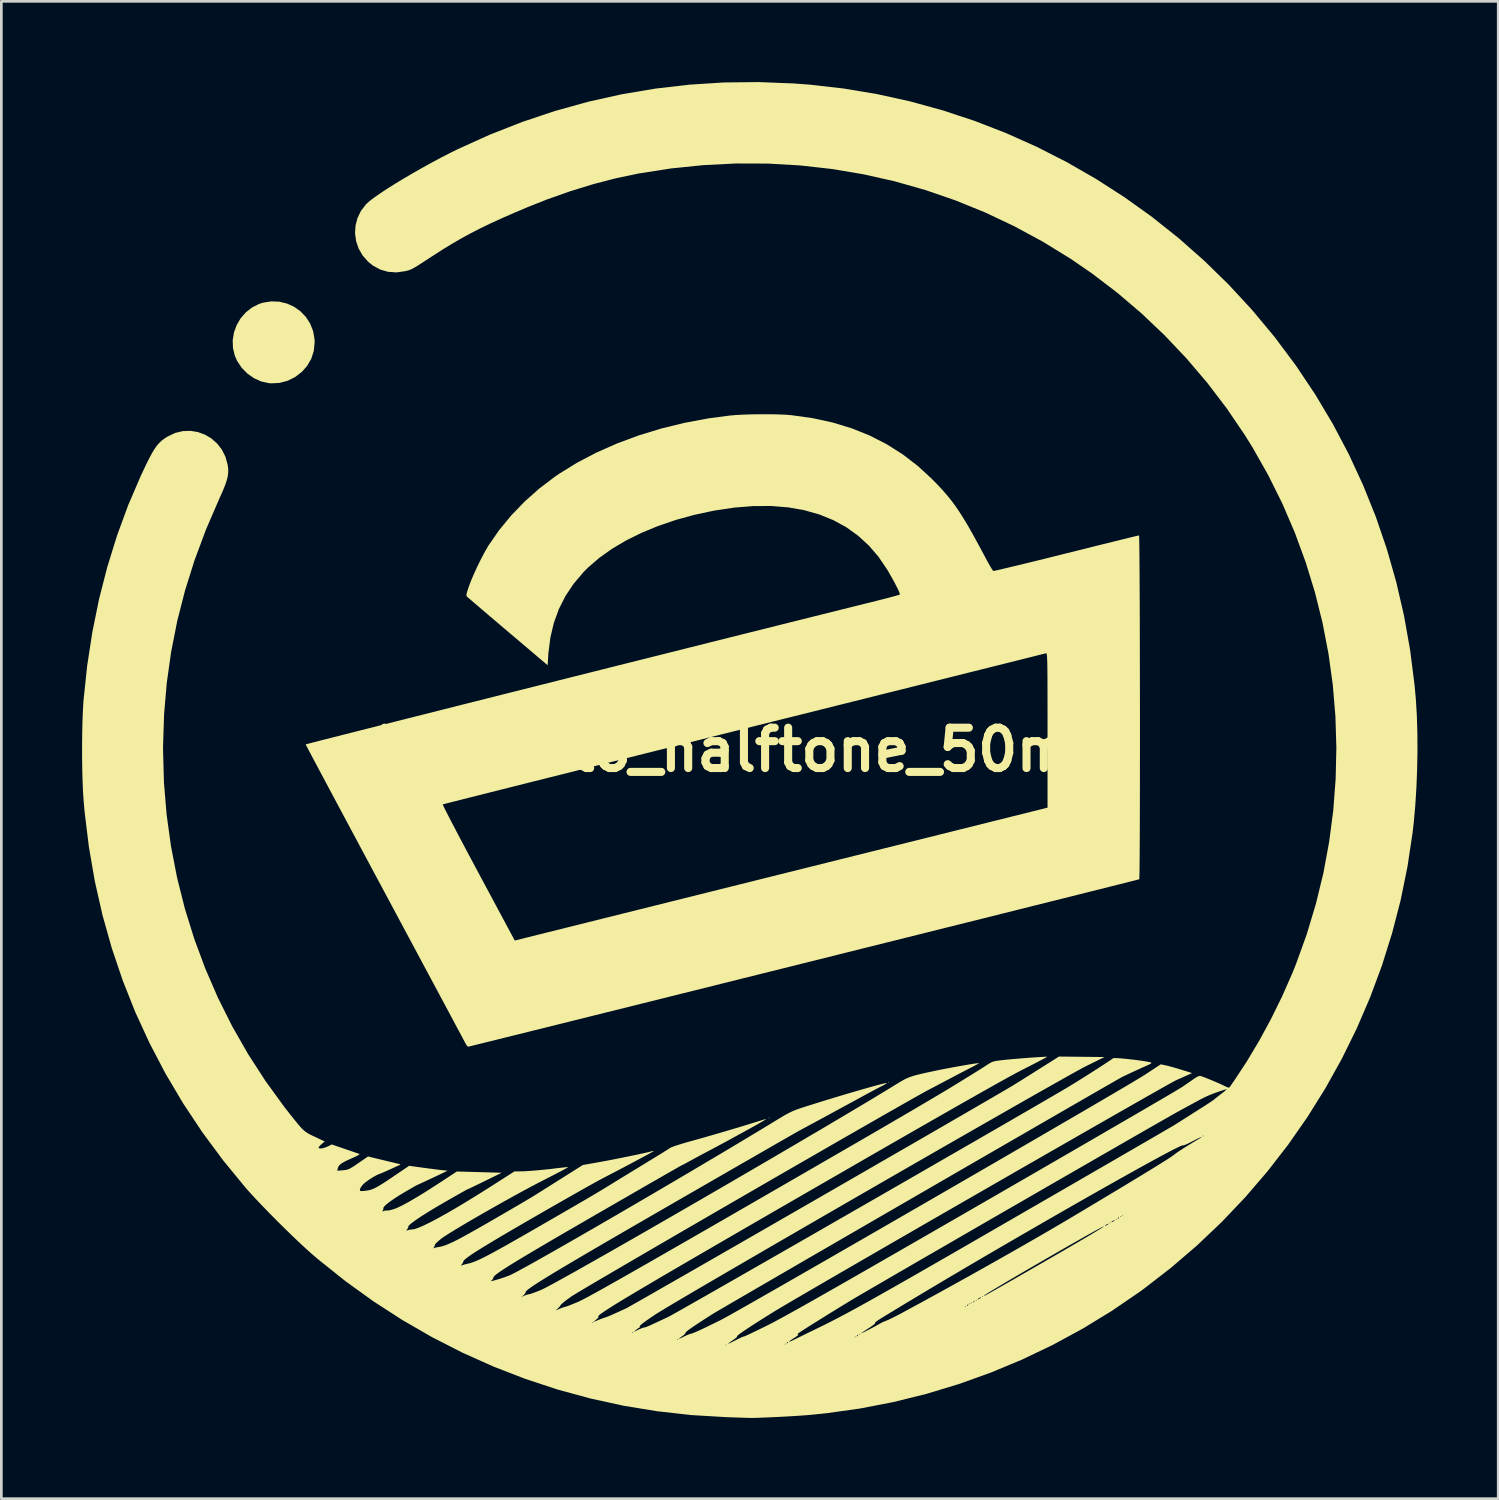
<source format=kicad_pcb>
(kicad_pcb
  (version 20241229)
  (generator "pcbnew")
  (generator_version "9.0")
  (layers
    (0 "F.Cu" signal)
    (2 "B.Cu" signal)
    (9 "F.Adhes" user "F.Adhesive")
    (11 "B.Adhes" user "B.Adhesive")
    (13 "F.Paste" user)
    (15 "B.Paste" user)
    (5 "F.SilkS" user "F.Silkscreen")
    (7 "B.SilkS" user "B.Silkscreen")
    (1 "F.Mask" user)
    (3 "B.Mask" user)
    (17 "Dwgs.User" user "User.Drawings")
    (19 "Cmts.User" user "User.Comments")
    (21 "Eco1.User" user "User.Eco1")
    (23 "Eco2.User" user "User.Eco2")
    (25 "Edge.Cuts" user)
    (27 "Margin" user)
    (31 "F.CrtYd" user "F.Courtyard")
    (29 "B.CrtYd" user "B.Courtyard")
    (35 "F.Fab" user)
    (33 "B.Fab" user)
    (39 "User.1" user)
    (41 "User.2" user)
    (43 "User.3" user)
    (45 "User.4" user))
  (footprint "HL_picto_halftone_50mm"
    (layer "F.Cu")
    (at 24.809 24.812)
    (property "Reference" "HL_picto_halftone_50mm" (at 0 0 0) (layer "F.SilkS") (effects (font (size 1.5 1.5) (thickness 0.3))))
    (attr board_only exclude_from_pos_files exclude_from_bom)
    (fp_poly (pts (xy 0.733 13.683) (xy 0.717 13.7) (xy 0.7 13.683) (xy 0.717 13.667)) (stroke (width 0) (type solid)) (fill yes) (layer "F.SilkS"))
    (fp_poly (pts (xy 5.167 12.35) (xy 5.15 12.367) (xy 5.133 12.35) (xy 5.15 12.333)) (stroke (width 0) (type solid)) (fill yes) (layer "F.SilkS"))
    (fp_poly (pts (xy -17.477 -16.651) (xy -17.192 -16.581) (xy -16.929 -16.461) (xy -16.695 -16.295) (xy -16.495 -16.087) (xy -16.337 -15.844) (xy -16.227 -15.569) (xy -16.172 -15.269) (xy -16.167 -15.14) (xy -16.198 -14.824) (xy -16.292 -14.531) (xy -16.447 -14.264) (xy -16.641 -14.045) (xy -16.892 -13.851) (xy -17.171 -13.713) (xy -17.47 -13.634) (xy -17.778 -13.617) (xy -17.867 -13.624) (xy -18.152 -13.687) (xy -18.422 -13.809) (xy -18.668 -13.982) (xy -18.879 -14.197) (xy -19.046 -14.447) (xy -19.131 -14.637) (xy -19.202 -14.928) (xy -19.212 -15.221) (xy -19.165 -15.508) (xy -19.065 -15.782) (xy -18.918 -16.033) (xy -18.727 -16.253) (xy -18.497 -16.434) (xy -18.233 -16.568) (xy -18.085 -16.615) (xy -17.776 -16.663)) (stroke (width 0) (type solid)) (fill yes) (layer "F.SilkS"))
    (fp_poly (pts (xy 0.739 -12.469) (xy 1.047 -12.463) (xy 1.321 -12.452) (xy 1.545 -12.435) (xy 1.55 -12.434) (xy 2.337 -12.324) (xy 3.084 -12.161) (xy 3.791 -11.946) (xy 4.46 -11.677) (xy 5.093 -11.353) (xy 5.69 -10.975) (xy 6.253 -10.541) (xy 6.751 -10.083) (xy 6.959 -9.873) (xy 7.146 -9.673) (xy 7.318 -9.477) (xy 7.48 -9.278) (xy 7.637 -9.068) (xy 7.792 -8.841) (xy 7.952 -8.589) (xy 8.121 -8.306) (xy 8.303 -7.985) (xy 8.504 -7.618) (xy 8.728 -7.199) (xy 8.751 -7.155) (xy 8.841 -6.99) (xy 8.921 -6.846) (xy 8.988 -6.734) (xy 9.034 -6.664) (xy 9.051 -6.645) (xy 9.089 -6.651) (xy 9.186 -6.671) (xy 9.338 -6.706) (xy 9.54 -6.754) (xy 9.788 -6.813) (xy 10.076 -6.882) (xy 10.399 -6.961) (xy 10.753 -7.048) (xy 11.133 -7.142) (xy 11.534 -7.242) (xy 11.761 -7.299) (xy 12.171 -7.401) (xy 12.563 -7.499) (xy 12.932 -7.591) (xy 13.272 -7.675) (xy 13.58 -7.751) (xy 13.85 -7.818) (xy 14.077 -7.874) (xy 14.256 -7.917) (xy 14.384 -7.948) (xy 14.454 -7.964) (xy 14.466 -7.967) (xy 14.47 -7.934) (xy 14.473 -7.839) (xy 14.476 -7.684) (xy 14.479 -7.475) (xy 14.482 -7.215) (xy 14.484 -6.908) (xy 14.487 -6.558) (xy 14.489 -6.169) (xy 14.491 -5.744) (xy 14.493 -5.289) (xy 14.495 -4.806) (xy 14.496 -4.299) (xy 14.497 -3.773) (xy 14.498 -3.231) (xy 14.499 -2.678) (xy 14.5 -2.117) (xy 14.501 -1.553) (xy 14.501 -0.988) (xy 14.501 -0.428) (xy 14.501 0.124) (xy 14.5 0.665) (xy 14.5 1.189) (xy 14.499 1.694) (xy 14.498 2.174) (xy 14.497 2.628) (xy 14.495 3.049) (xy 14.493 3.435) (xy 14.491 3.782) (xy 14.489 4.085) (xy 14.487 4.34) (xy 14.484 4.545) (xy 14.481 4.694) (xy 14.478 4.784) (xy 14.475 4.811) (xy 14.441 4.82) (xy 14.345 4.845) (xy 14.19 4.884) (xy 13.978 4.938) (xy 13.712 5.005) (xy 13.395 5.084) (xy 13.03 5.176) (xy 12.618 5.279) (xy 12.164 5.393) (xy 11.669 5.517) (xy 11.137 5.65) (xy 10.569 5.792) (xy 9.969 5.942) (xy 9.339 6.1) (xy 8.683 6.264) (xy 8.002 6.434) (xy 7.299 6.609) (xy 6.578 6.789) (xy 5.841 6.974) (xy 5.09 7.161) (xy 4.328 7.351) (xy 3.558 7.543) (xy 2.783 7.737) (xy 2.005 7.931) (xy 1.227 8.125) (xy 0.452 8.318) (xy -0.318 8.51) (xy -1.079 8.7) (xy -1.83 8.888) (xy -2.568 9.071) (xy -3.289 9.251) (xy -3.991 9.426) (xy -4.672 9.596) (xy -5.329 9.759) (xy -5.958 9.916) (xy -6.558 10.065) (xy -7.126 10.207) (xy -7.658 10.339) (xy -8.153 10.462) (xy -8.607 10.575) (xy -9.019 10.677) (xy -9.384 10.768) (xy -9.701 10.846) (xy -9.967 10.912) (xy -10.178 10.964) (xy -10.334 11.002) (xy -10.429 11.026) (xy -10.463 11.033) (xy -10.499 11.006) (xy -10.546 10.938) (xy -10.563 10.908) (xy -10.585 10.866) (xy -10.637 10.769) (xy -10.717 10.618) (xy -10.824 10.418) (xy -10.957 10.171) (xy -11.112 9.879) (xy -11.29 9.547) (xy -11.488 9.177) (xy -11.705 8.772) (xy -11.939 8.335) (xy -12.189 7.869) (xy -12.453 7.376) (xy -12.729 6.861) (xy -13.016 6.325) (xy -13.312 5.772) (xy -13.563 5.303) (xy -13.865 4.74) (xy -14.158 4.192) (xy -14.441 3.664) (xy -14.713 3.156) (xy -14.971 2.673) (xy -15.214 2.218) (xy -15.315 2.03) (xy -11.407 2.03) (xy -11.395 2.062) (xy -11.354 2.148) (xy -11.286 2.284) (xy -11.192 2.467) (xy -11.077 2.69) (xy -10.94 2.951) (xy -10.786 3.245) (xy -10.615 3.568) (xy -10.431 3.915) (xy -10.235 4.282) (xy -10.081 4.57) (xy -8.731 7.088) (xy 1.168 4.619) (xy 11.067 2.15) (xy 11.067 -0.727) (xy 11.067 -1.232) (xy 11.066 -1.674) (xy 11.066 -2.057) (xy 11.065 -2.386) (xy 11.064 -2.665) (xy 11.062 -2.898) (xy 11.06 -3.088) (xy 11.057 -3.24) (xy 11.053 -3.359) (xy 11.049 -3.448) (xy 11.043 -3.511) (xy 11.037 -3.552) (xy 11.029 -3.576) (xy 11.021 -3.586) (xy 11.011 -3.587) (xy 11.008 -3.587) (xy 10.972 -3.578) (xy 10.873 -3.553) (xy 10.714 -3.513) (xy 10.498 -3.458) (xy 10.226 -3.39) (xy 9.902 -3.309) (xy 9.527 -3.215) (xy 9.103 -3.109) (xy 8.634 -2.992) (xy 8.121 -2.864) (xy 7.567 -2.725) (xy 6.974 -2.577) (xy 6.344 -2.419) (xy 5.68 -2.253) (xy 4.985 -2.08) (xy 4.26 -1.898) (xy 3.507 -1.71) (xy 2.73 -1.516) (xy 1.931 -1.316) (xy 1.111 -1.112) (xy 0.274 -0.903) (xy -0.217 -0.78) (xy -1.063 -0.569) (xy -1.892 -0.361) (xy -2.703 -0.159) (xy -3.492 0.039) (xy -4.258 0.231) (xy -4.998 0.416) (xy -5.709 0.594) (xy -6.39 0.765) (xy -7.038 0.927) (xy -7.651 1.081) (xy -8.226 1.225) (xy -8.762 1.36) (xy -9.254 1.484) (xy -9.703 1.597) (xy -10.104 1.698) (xy -10.456 1.787) (xy -10.757 1.863) (xy -11.003 1.925) (xy -11.193 1.974) (xy -11.325 2.008) (xy -11.395 2.026) (xy -11.407 2.03) (xy -15.315 2.03) (xy -15.442 1.792) (xy -15.651 1.4) (xy -15.841 1.044) (xy -16.01 0.726) (xy -16.157 0.451) (xy -16.28 0.22) (xy -16.377 0.036) (xy -16.447 -0.097) (xy -16.488 -0.176) (xy -16.5 -0.2) (xy -16.468 -0.209) (xy -16.374 -0.234) (xy -16.222 -0.274) (xy -16.013 -0.328) (xy -15.751 -0.395) (xy -15.438 -0.474) (xy -15.077 -0.566) (xy -14.672 -0.669) (xy -14.225 -0.782) (xy -13.738 -0.905) (xy -13.215 -1.037) (xy -12.659 -1.178) (xy -12.071 -1.326) (xy -11.456 -1.481) (xy -10.816 -1.643) (xy -10.154 -1.809) (xy -9.472 -1.981) (xy -8.773 -2.157) (xy -8.061 -2.336) (xy -7.338 -2.518) (xy -6.607 -2.702) (xy -5.87 -2.887) (xy -5.132 -3.073) (xy -4.393 -3.258) (xy -3.658 -3.442) (xy -2.929 -3.625) (xy -2.208 -3.806) (xy -1.5 -3.984) (xy -0.806 -4.158) (xy -0.129 -4.327) (xy 0.528 -4.491) (xy 1.161 -4.65) (xy 1.769 -4.802) (xy 2.347 -4.946) (xy 2.895 -5.083) (xy 3.408 -5.211) (xy 3.884 -5.329) (xy 4.32 -5.438) (xy 4.517 -5.486) (xy 4.77 -5.55) (xy 5.002 -5.609) (xy 5.206 -5.662) (xy 5.373 -5.707) (xy 5.495 -5.741) (xy 5.566 -5.763) (xy 5.579 -5.768) (xy 5.575 -5.807) (xy 5.541 -5.895) (xy 5.48 -6.024) (xy 5.397 -6.186) (xy 5.295 -6.372) (xy 5.179 -6.576) (xy 5.106 -6.7) (xy 4.788 -7.17) (xy 4.428 -7.589) (xy 4.027 -7.956) (xy 3.586 -8.272) (xy 3.105 -8.535) (xy 2.586 -8.745) (xy 2.028 -8.903) (xy 1.433 -9.008) (xy 0.802 -9.059) (xy 0.134 -9.057) (xy -0.568 -9.001) (xy -1.304 -8.891) (xy -1.336 -8.885) (xy -2.057 -8.731) (xy -2.747 -8.541) (xy -3.403 -8.317) (xy -4.021 -8.062) (xy -4.595 -7.778) (xy -5.121 -7.466) (xy -5.594 -7.129) (xy -6.01 -6.77) (xy -6.178 -6.6) (xy -6.543 -6.17) (xy -6.846 -5.715) (xy -7.091 -5.232) (xy -7.277 -4.719) (xy -7.407 -4.174) (xy -7.48 -3.593) (xy -7.486 -3.513) (xy -7.509 -3.142) (xy -8.963 -4.375) (xy -9.232 -4.603) (xy -9.487 -4.82) (xy -9.724 -5.021) (xy -9.937 -5.203) (xy -10.122 -5.361) (xy -10.274 -5.491) (xy -10.388 -5.589) (xy -10.46 -5.651) (xy -10.483 -5.671) (xy -10.512 -5.701) (xy -10.526 -5.733) (xy -10.525 -5.78) (xy -10.506 -5.856) (xy -10.468 -5.973) (xy -10.438 -6.062) (xy -10.356 -6.282) (xy -10.246 -6.54) (xy -10.119 -6.817) (xy -9.982 -7.093) (xy -9.846 -7.351) (xy -9.719 -7.571) (xy -9.7 -7.6) (xy -9.31 -8.164) (xy -8.862 -8.708) (xy -8.363 -9.225) (xy -7.82 -9.708) (xy -7.241 -10.148) (xy -7.083 -10.256) (xy -6.414 -10.669) (xy -5.693 -11.046) (xy -4.927 -11.384) (xy -4.122 -11.683) (xy -3.285 -11.939) (xy -2.421 -12.15) (xy -1.537 -12.315) (xy -0.75 -12.419) (xy -0.512 -12.44) (xy -0.229 -12.455) (xy 0.085 -12.465) (xy 0.413 -12.469)) (stroke (width 0) (type solid)) (fill yes) (layer "F.SilkS"))
    (fp_poly (pts (xy 1.633 -24.761) (xy 2.233 -24.716) (xy 3.491 -24.573) (xy 4.735 -24.365) (xy 5.963 -24.094) (xy 7.173 -23.761) (xy 8.364 -23.367) (xy 9.532 -22.914) (xy 10.675 -22.402) (xy 11.791 -21.833) (xy 12.877 -21.208) (xy 13.933 -20.529) (xy 14.954 -19.797) (xy 15.94 -19.012) (xy 16.887 -18.176) (xy 17.793 -17.291) (xy 18.657 -16.357) (xy 19.475 -15.376) (xy 19.531 -15.305) (xy 20.303 -14.27) (xy 21.015 -13.204) (xy 21.668 -12.109) (xy 22.261 -10.985) (xy 22.794 -9.834) (xy 23.267 -8.656) (xy 23.678 -7.452) (xy 24.028 -6.224) (xy 24.316 -4.973) (xy 24.542 -3.699) (xy 24.705 -2.405) (xy 24.754 -1.867) (xy 24.79 -1.276) (xy 24.81 -0.637) (xy 24.814 0.035) (xy 24.801 0.722) (xy 24.774 1.411) (xy 24.731 2.084) (xy 24.673 2.725) (xy 24.632 3.083) (xy 24.442 4.343) (xy 24.189 5.586) (xy 23.872 6.81) (xy 23.495 8.013) (xy 23.057 9.192) (xy 22.561 10.346) (xy 22.007 11.473) (xy 21.397 12.57) (xy 20.732 13.636) (xy 20.013 14.668) (xy 19.241 15.664) (xy 18.419 16.622) (xy 17.545 17.541) (xy 16.624 18.417) (xy 15.654 19.249) (xy 14.638 20.035) (xy 14.5 20.136) (xy 13.457 20.849) (xy 12.378 21.508) (xy 11.267 22.111) (xy 10.127 22.656) (xy 8.961 23.142) (xy 7.771 23.569) (xy 6.563 23.935) (xy 5.338 24.238) (xy 4.1 24.478) (xy 2.852 24.653) (xy 2.233 24.716) (xy 2.035 24.732) (xy 1.801 24.748) (xy 1.541 24.764) (xy 1.268 24.78) (xy 0.992 24.794) (xy 0.725 24.806) (xy 0.479 24.816) (xy 0.264 24.824) (xy 0.091 24.828) (xy -0.026 24.827) (xy -0.033 24.827) (xy -0.112 24.824) (xy -0.245 24.82) (xy -0.419 24.814) (xy -0.621 24.807) (xy -0.839 24.8) (xy -0.883 24.798) (xy -2.161 24.722) (xy -3.427 24.581) (xy -4.679 24.376) (xy -5.916 24.106) (xy -7.135 23.774) (xy -8.334 23.379) (xy -9.513 22.923) (xy -10.668 22.406) (xy -11.235 22.117) (xy -0.9 22.117) (xy -0.883 22.133) (xy -0.867 22.117) (xy -0.883 22.1) (xy -0.9 22.117) (xy -11.235 22.117) (xy -11.3 22.083) (xy 1.3 22.083) (xy 1.317 22.1) (xy 1.333 22.083) (xy 1.317 22.067) (xy 1.3 22.083) (xy -11.3 22.083) (xy -11.627 21.917) (xy -2.7 21.917) (xy -2.683 21.933) (xy -2.667 21.917) (xy -2.683 21.9) (xy -2.7 21.917) (xy -11.627 21.917) (xy -11.799 21.829) (xy -12.109 21.65) (xy -4.367 21.65) (xy -4.35 21.667) (xy -4.333 21.65) (xy -4.35 21.633) (xy -4.367 21.65) (xy -12.109 21.65) (xy -12.745 21.283) (xy -5.867 21.283) (xy -5.85 21.3) (xy -5.833 21.283) (xy -5.85 21.267) (xy -5.867 21.283) (xy -12.745 21.283) (xy -12.903 21.192) (xy -13.979 20.497) (xy -15.024 19.744) (xy -16.037 18.934) (xy -16.267 18.738) (xy -16.479 18.549) (xy -16.726 18.32) (xy -16.998 18.061) (xy -17.286 17.781) (xy -17.579 17.49) (xy -17.867 17.198) (xy -18.142 16.914) (xy -18.394 16.648) (xy -18.612 16.41) (xy -18.738 16.267) (xy -19.571 15.252) (xy -20.343 14.208) (xy -21.056 13.135) (xy -21.708 12.034) (xy -22.299 10.906) (xy -22.83 9.752) (xy -23.299 8.572) (xy -23.706 7.367) (xy -24.052 6.137) (xy -24.336 4.884) (xy -24.556 3.608) (xy -24.715 2.309) (xy -24.754 1.867) (xy -24.775 1.541) (xy -24.791 1.163) (xy -24.802 0.749) (xy -24.808 0.311) (xy -24.809 -0.135) (xy -24.805 -0.577) (xy -24.796 -1) (xy -24.782 -1.39) (xy -24.763 -1.733) (xy -24.754 -1.85) (xy -24.62 -3.121) (xy -24.428 -4.37) (xy -24.179 -5.596) (xy -23.872 -6.794) (xy -23.51 -7.961) (xy -23.093 -9.096) (xy -22.621 -10.194) (xy -22.588 -10.263) (xy -22.446 -10.564) (xy -22.324 -10.811) (xy -22.217 -11.012) (xy -22.121 -11.173) (xy -22.029 -11.303) (xy -21.936 -11.409) (xy -21.838 -11.498) (xy -21.729 -11.579) (xy -21.621 -11.646) (xy -21.347 -11.775) (xy -21.065 -11.842) (xy -20.782 -11.852) (xy -20.506 -11.807) (xy -20.244 -11.711) (xy -20.003 -11.568) (xy -19.79 -11.38) (xy -19.614 -11.153) (xy -19.481 -10.888) (xy -19.399 -10.59) (xy -19.399 -10.59) (xy -19.38 -10.449) (xy -19.378 -10.313) (xy -19.394 -10.173) (xy -19.431 -10.018) (xy -19.492 -9.837) (xy -19.58 -9.621) (xy -19.697 -9.358) (xy -19.722 -9.302) (xy -20.208 -8.176) (xy -20.628 -7.049) (xy -20.983 -5.92) (xy -21.273 -4.785) (xy -21.499 -3.641) (xy -21.662 -2.486) (xy -21.762 -1.316) (xy -21.8 -0.129) (xy -21.8 0.008) (xy -21.767 1.208) (xy -21.669 2.399) (xy -21.506 3.579) (xy -21.28 4.746) (xy -20.991 5.896) (xy -20.64 7.027) (xy -20.228 8.137) (xy -19.756 9.224) (xy -19.225 10.284) (xy -18.635 11.315) (xy -17.988 12.315) (xy -17.285 13.282) (xy -17.059 13.57) (xy -16.903 13.765) (xy -16.779 13.916) (xy -16.68 14.032) (xy -16.595 14.119) (xy -16.516 14.186) (xy -16.435 14.241) (xy -16.342 14.293) (xy -16.229 14.348) (xy -16.161 14.38) (xy -15.791 14.555) (xy -15.916 14.658) (xy -15.984 14.724) (xy -16.019 14.778) (xy -16.019 14.796) (xy -15.97 14.816) (xy -15.879 14.808) (xy -15.763 14.775) (xy -15.656 14.729) (xy -15.529 14.666) (xy -15.04 14.834) (xy -14.867 14.893) (xy -14.715 14.945) (xy -14.595 14.987) (xy -14.519 15.013) (xy -14.501 15.019) (xy -14.509 15.038) (xy -14.57 15.077) (xy -14.674 15.129) (xy -14.797 15.184) (xy -14.993 15.272) (xy -15.134 15.347) (xy -15.228 15.416) (xy -15.284 15.486) (xy -15.309 15.557) (xy -15.326 15.642) (xy -15.115 15.625) (xy -15.024 15.615) (xy -14.948 15.599) (xy -14.871 15.568) (xy -14.779 15.517) (xy -14.658 15.438) (xy -14.544 15.36) (xy -14.183 15.112) (xy -13.65 15.241) (xy -13.464 15.286) (xy -13.296 15.326) (xy -13.159 15.359) (xy -13.064 15.381) (xy -13.033 15.389) (xy -12.982 15.407) (xy -12.996 15.425) (xy -13 15.426) (xy -13.05 15.447) (xy -13.145 15.49) (xy -13.269 15.547) (xy -13.35 15.584) (xy -13.488 15.647) (xy -13.612 15.701) (xy -13.703 15.739) (xy -13.733 15.75) (xy -13.844 15.796) (xy -13.983 15.872) (xy -14.13 15.965) (xy -14.264 16.06) (xy -14.361 16.143) (xy -14.364 16.147) (xy -14.433 16.231) (xy -14.477 16.309) (xy -14.484 16.337) (xy -14.483 16.376) (xy -14.46 16.395) (xy -14.402 16.398) (xy -14.293 16.388) (xy -14.292 16.388) (xy -14.19 16.374) (xy -14.095 16.352) (xy -13.997 16.318) (xy -13.888 16.266) (xy -13.758 16.193) (xy -13.598 16.093) (xy -13.4 15.962) (xy -13.235 15.851) (xy -12.656 15.459) (xy -12.153 15.528) (xy -11.957 15.554) (xy -11.764 15.579) (xy -11.595 15.601) (xy -11.466 15.616) (xy -11.437 15.619) (xy -11.225 15.641) (xy -11.421 15.735) (xy -11.578 15.81) (xy -11.746 15.889) (xy -11.912 15.967) (xy -12.066 16.039) (xy -12.197 16.099) (xy -12.293 16.143) (xy -12.344 16.165) (xy -12.349 16.167) (xy -12.379 16.183) (xy -12.458 16.226) (xy -12.574 16.293) (xy -12.718 16.376) (xy -12.819 16.435) (xy -13.033 16.564) (xy -13.223 16.687) (xy -13.383 16.8) (xy -13.506 16.898) (xy -13.586 16.975) (xy -13.616 17.027) (xy -13.614 17.038) (xy -13.616 17.086) (xy -13.635 17.119) (xy -13.657 17.151) (xy -13.631 17.151) (xy -13.592 17.137) (xy -13.524 17.118) (xy -13.49 17.121) (xy -13.451 17.122) (xy -13.368 17.107) (xy -13.261 17.08) (xy -13.112 17.026) (xy -12.912 16.931) (xy -12.664 16.797) (xy -12.37 16.625) (xy -12.03 16.417) (xy -11.649 16.172) (xy -11.533 16.097) (xy -10.883 15.67) (xy -10.05 15.693) (xy -9.217 15.717) (xy -9.844 16.025) (xy -10.032 16.117) (xy -10.199 16.198) (xy -10.336 16.263) (xy -10.435 16.31) (xy -10.485 16.332) (xy -10.489 16.333) (xy -10.521 16.349) (xy -10.604 16.395) (xy -10.73 16.465) (xy -10.892 16.557) (xy -11.083 16.666) (xy -11.297 16.788) (xy -11.389 16.842) (xy -11.684 17.014) (xy -11.949 17.175) (xy -12.181 17.321) (xy -12.374 17.45) (xy -12.525 17.558) (xy -12.63 17.642) (xy -12.683 17.7) (xy -12.686 17.725) (xy -12.691 17.761) (xy -12.725 17.81) (xy -12.763 17.856) (xy -12.749 17.863) (xy -12.7 17.849) (xy -12.613 17.829) (xy -12.558 17.826) (xy -12.458 17.811) (xy -12.307 17.76) (xy -12.108 17.674) (xy -11.863 17.554) (xy -11.576 17.402) (xy -11.25 17.22) (xy -10.888 17.01) (xy -10.492 16.772) (xy -10.067 16.51) (xy -9.614 16.224) (xy -9.597 16.213) (xy -8.743 15.667) (xy -8.547 15.666) (xy -8.387 15.662) (xy -8.176 15.649) (xy -7.93 15.63) (xy -7.663 15.605) (xy -7.39 15.576) (xy -7.154 15.547) (xy -7 15.529) (xy -6.872 15.515) (xy -6.783 15.508) (xy -6.746 15.509) (xy -6.746 15.509) (xy -6.772 15.527) (xy -6.85 15.57) (xy -6.974 15.637) (xy -7.136 15.722) (xy -7.33 15.823) (xy -7.549 15.935) (xy -7.675 15.999) (xy -7.921 16.126) (xy -8.197 16.272) (xy -8.496 16.434) (xy -8.813 16.608) (xy -9.141 16.79) (xy -9.471 16.976) (xy -9.799 17.162) (xy -10.117 17.344) (xy -10.418 17.519) (xy -10.696 17.683) (xy -10.943 17.832) (xy -11.154 17.961) (xy -11.321 18.068) (xy -11.438 18.148) (xy -11.458 18.163) (xy -11.565 18.25) (xy -11.648 18.328) (xy -11.694 18.385) (xy -11.7 18.401) (xy -11.721 18.47) (xy -11.742 18.498) (xy -11.766 18.529) (xy -11.742 18.52) (xy -11.681 18.499) (xy -11.603 18.485) (xy -11.509 18.469) (xy -11.409 18.444) (xy -11.298 18.407) (xy -11.17 18.355) (xy -11.02 18.286) (xy -10.841 18.196) (xy -10.629 18.083) (xy -10.378 17.944) (xy -10.082 17.777) (xy -9.735 17.579) (xy -9.667 17.539) (xy -9.379 17.373) (xy -9.097 17.209) (xy -8.829 17.053) (xy -8.582 16.909) (xy -8.365 16.781) (xy -8.185 16.674) (xy -8.049 16.593) (xy -7.983 16.552) (xy -7.859 16.474) (xy -7.69 16.368) (xy -7.491 16.243) (xy -7.274 16.106) (xy -7.052 15.966) (xy -6.927 15.887) (xy -6.203 15.43) (xy -5.56 15.316) (xy -5.366 15.28) (xy -5.143 15.238) (xy -4.902 15.19) (xy -4.654 15.14) (xy -4.41 15.09) (xy -4.18 15.042) (xy -3.975 14.998) (xy -3.806 14.96) (xy -3.683 14.93) (xy -3.627 14.915) (xy -3.577 14.906) (xy -3.567 14.911) (xy -3.595 14.93) (xy -3.676 14.976) (xy -3.804 15.047) (xy -3.971 15.137) (xy -4.171 15.244) (xy -4.397 15.365) (xy -4.644 15.496) (xy -4.904 15.632) (xy -5.172 15.772) (xy -5.439 15.911) (xy -5.483 15.934) (xy -5.591 15.991) (xy -5.75 16.079) (xy -5.955 16.193) (xy -6.2 16.33) (xy -6.478 16.488) (xy -6.784 16.662) (xy -7.113 16.849) (xy -7.457 17.046) (xy -7.811 17.249) (xy -8.05 17.387) (xy -8.533 17.667) (xy -8.961 17.916) (xy -9.334 18.136) (xy -9.655 18.328) (xy -9.927 18.494) (xy -10.152 18.634) (xy -10.331 18.751) (xy -10.468 18.846) (xy -10.563 18.92) (xy -10.621 18.975) (xy -10.642 19.011) (xy -10.642 19.017) (xy -10.659 19.065) (xy -10.694 19.114) (xy -10.731 19.159) (xy -10.719 19.165) (xy -10.683 19.152) (xy -10.607 19.128) (xy -10.504 19.103) (xy -10.483 19.098) (xy -10.4 19.079) (xy -10.308 19.05) (xy -10.202 19.01) (xy -10.08 18.957) (xy -9.935 18.889) (xy -9.764 18.802) (xy -9.563 18.696) (xy -9.327 18.567) (xy -9.052 18.414) (xy -8.733 18.233) (xy -8.367 18.024) (xy -7.948 17.783) (xy -7.862 17.733) (xy -7.459 17.5) (xy -7.108 17.298) (xy -6.804 17.122) (xy -6.541 16.97) (xy -6.315 16.838) (xy -6.119 16.725) (xy -5.95 16.625) (xy -5.8 16.537) (xy -5.665 16.457) (xy -5.539 16.381) (xy -5.417 16.308) (xy -5.294 16.233) (xy -5.165 16.153) (xy -5.05 16.082) (xy -4.9 15.99) (xy -4.711 15.874) (xy -4.499 15.745) (xy -4.282 15.612) (xy -4.1 15.501) (xy -3.824 15.332) (xy -3.598 15.194) (xy -3.418 15.084) (xy -3.276 14.997) (xy -3.168 14.929) (xy -3.086 14.878) (xy -3.026 14.84) (xy -2.98 14.81) (xy -2.958 14.794) (xy -2.896 14.765) (xy -2.783 14.723) (xy -2.629 14.673) (xy -2.447 14.617) (xy -2.258 14.563) (xy -1.916 14.468) (xy -1.533 14.359) (xy -1.128 14.242) (xy -0.722 14.122) (xy -0.333 14.006) (xy 0.017 13.899) (xy 0.113 13.869) (xy 0.275 13.819) (xy 0.42 13.774) (xy 0.533 13.74) (xy 0.599 13.72) (xy 0.6 13.72) (xy 0.607 13.725) (xy 0.555 13.76) (xy 0.445 13.826) (xy 0.278 13.922) (xy 0.053 14.048) (xy -0.229 14.203) (xy -0.25 14.215) (xy -0.526 14.366) (xy -0.754 14.491) (xy -0.947 14.596) (xy -1.116 14.686) (xy -1.271 14.77) (xy -1.424 14.851) (xy -1.517 14.9) (xy -1.699 14.997) (xy -1.893 15.101) (xy -2.075 15.199) (xy -2.208 15.272) (xy -2.333 15.34) (xy -2.434 15.394) (xy -2.499 15.427) (xy -2.516 15.433) (xy -2.546 15.45) (xy -2.631 15.497) (xy -2.765 15.574) (xy -2.947 15.678) (xy -3.171 15.806) (xy -3.435 15.958) (xy -3.734 16.129) (xy -4.065 16.32) (xy -4.424 16.527) (xy -4.807 16.748) (xy -5.211 16.981) (xy -5.633 17.224) (xy -5.728 17.279) (xy -6.301 17.611) (xy -6.819 17.911) (xy -7.283 18.181) (xy -7.695 18.423) (xy -8.059 18.638) (xy -8.377 18.827) (xy -8.65 18.992) (xy -8.881 19.134) (xy -9.073 19.255) (xy -9.228 19.357) (xy -9.347 19.439) (xy -9.434 19.505) (xy -9.491 19.555) (xy -9.52 19.591) (xy -9.524 19.611) (xy -9.538 19.658) (xy -9.581 19.705) (xy -9.612 19.734) (xy -9.608 19.744) (xy -9.561 19.736) (xy -9.46 19.709) (xy -9.433 19.702) (xy -9.292 19.66) (xy -9.124 19.604) (xy -8.963 19.546) (xy -8.95 19.542) (xy -8.867 19.504) (xy -8.73 19.435) (xy -8.544 19.335) (xy -8.311 19.208) (xy -8.034 19.054) (xy -7.719 18.877) (xy -7.367 18.678) (xy -6.983 18.459) (xy -6.569 18.222) (xy -6.131 17.97) (xy -5.67 17.704) (xy -5.192 17.427) (xy -4.698 17.14) (xy -4.194 16.846) (xy -3.681 16.546) (xy -3.165 16.243) (xy -2.648 15.939) (xy -2.134 15.636) (xy -1.627 15.335) (xy -1.129 15.04) (xy -0.645 14.752) (xy -0.178 14.472) (xy 0.268 14.204) (xy 0.69 13.949) (xy 1.083 13.709) (xy 1.277 13.593) (xy 1.437 13.504) (xy 1.583 13.434) (xy 1.736 13.371) (xy 1.919 13.308) (xy 2.067 13.26) (xy 2.385 13.16) (xy 2.711 13.058) (xy 3.04 12.958) (xy 3.366 12.859) (xy 3.681 12.765) (xy 3.98 12.678) (xy 4.257 12.598) (xy 4.504 12.528) (xy 4.717 12.469) (xy 4.887 12.424) (xy 5.011 12.394) (xy 5.08 12.381) (xy 5.093 12.382) (xy 5.073 12.403) (xy 5.009 12.443) (xy 4.932 12.484) (xy 4.852 12.525) (xy 4.768 12.569) (xy 4.67 12.62) (xy 4.547 12.686) (xy 4.388 12.772) (xy 4.183 12.883) (xy 4.008 12.979) (xy 3.81 13.086) (xy 3.605 13.198) (xy 3.407 13.305) (xy 3.231 13.401) (xy 3.091 13.477) (xy 3.033 13.509) (xy 2.899 13.582) (xy 2.746 13.665) (xy 2.65 13.717) (xy 2.505 13.795) (xy 2.345 13.882) (xy 2.25 13.933) (xy 2.11 14.009) (xy 1.95 14.095) (xy 1.833 14.158) (xy 1.78 14.187) (xy 1.673 14.248) (xy 1.514 14.339) (xy 1.308 14.457) (xy 1.057 14.601) (xy 0.764 14.769) (xy 0.434 14.959) (xy 0.068 15.17) (xy -0.329 15.398) (xy -0.754 15.643) (xy -1.205 15.903) (xy -1.677 16.175) (xy -2.168 16.458) (xy -2.673 16.749) (xy -2.95 16.909) (xy -3.633 17.303) (xy -4.26 17.666) (xy -4.833 17.998) (xy -5.354 18.301) (xy -5.825 18.576) (xy -6.248 18.824) (xy -6.625 19.046) (xy -6.959 19.244) (xy -7.251 19.419) (xy -7.502 19.572) (xy -7.716 19.705) (xy -7.894 19.818) (xy -8.039 19.912) (xy -8.151 19.99) (xy -8.234 20.051) (xy -8.289 20.098) (xy -8.319 20.132) (xy -8.325 20.152) (xy -8.342 20.199) (xy -8.395 20.26) (xy -8.4 20.264) (xy -8.483 20.337) (xy -8.377 20.285) (xy -8.287 20.25) (xy -8.214 20.234) (xy -8.21 20.234) (xy -8.157 20.222) (xy -8.057 20.189) (xy -7.924 20.14) (xy -7.772 20.08) (xy -7.767 20.077) (xy -7.678 20.036) (xy -7.535 19.963) (xy -7.341 19.859) (xy -7.1 19.727) (xy -6.814 19.569) (xy -6.487 19.387) (xy -6.122 19.181) (xy -5.723 18.955) (xy -5.292 18.711) (xy -4.833 18.449) (xy -4.349 18.172) (xy -3.844 17.883) (xy -3.321 17.581) (xy -2.782 17.271) (xy -2.232 16.953) (xy -1.673 16.629) (xy -1.109 16.302) (xy -0.543 15.973) (xy 0.022 15.644) (xy 0.582 15.317) (xy 1.134 14.994) (xy 1.676 14.676) (xy 2.203 14.366) (xy 2.713 14.066) (xy 3.201 13.777) (xy 3.666 13.501) (xy 4.104 13.24) (xy 4.51 12.997) (xy 4.883 12.772) (xy 5.219 12.568) (xy 5.511 12.389) (xy 5.632 12.316) (xy 5.74 12.255) (xy 5.843 12.204) (xy 5.954 12.159) (xy 6.079 12.118) (xy 6.231 12.076) (xy 6.418 12.031) (xy 6.65 11.98) (xy 6.937 11.919) (xy 6.956 11.915) (xy 7.137 11.878) (xy 7.339 11.839) (xy 7.553 11.799) (xy 7.768 11.76) (xy 7.974 11.724) (xy 8.162 11.692) (xy 8.32 11.667) (xy 8.439 11.65) (xy 8.508 11.643) (xy 8.522 11.644) (xy 8.497 11.661) (xy 8.425 11.702) (xy 8.315 11.761) (xy 8.19 11.826) (xy 8.008 11.92) (xy 7.806 12.025) (xy 7.614 12.126) (xy 7.533 12.169) (xy 7.397 12.241) (xy 7.218 12.335) (xy 7.015 12.442) (xy 6.805 12.553) (xy 6.65 12.634) (xy 6.545 12.69) (xy 6.387 12.777) (xy 6.181 12.893) (xy 5.929 13.035) (xy 5.635 13.202) (xy 5.302 13.392) (xy 4.933 13.602) (xy 4.532 13.832) (xy 4.101 14.079) (xy 3.644 14.341) (xy 3.165 14.616) (xy 2.667 14.903) (xy 2.152 15.2) (xy 1.624 15.504) (xy 1.087 15.814) (xy 0.543 16.128) (xy -0.003 16.444) (xy -0.55 16.761) (xy -1.093 17.075) (xy -1.629 17.386) (xy -2.156 17.691) (xy -2.669 17.989) (xy -3.165 18.278) (xy -3.642 18.555) (xy -4.095 18.819) (xy -4.523 19.069) (xy -4.92 19.301) (xy -5.285 19.515) (xy -5.614 19.707) (xy -5.903 19.878) (xy -6.149 20.024) (xy -6.35 20.144) (xy -6.501 20.235) (xy -6.6 20.296) (xy -6.634 20.319) (xy -6.772 20.418) (xy -6.89 20.509) (xy -6.976 20.581) (xy -7.021 20.626) (xy -7.025 20.632) (xy -7.06 20.688) (xy -7.124 20.755) (xy -7.129 20.76) (xy -7.217 20.836) (xy -7.056 20.768) (xy -6.957 20.729) (xy -6.882 20.705) (xy -6.857 20.7) (xy -6.814 20.688) (xy -6.722 20.654) (xy -6.594 20.604) (xy -6.442 20.542) (xy -6.402 20.525) (xy -6.338 20.497) (xy -6.253 20.455) (xy -6.142 20.398) (xy -6.006 20.326) (xy -5.841 20.236) (xy -5.646 20.129) (xy -5.418 20.002) (xy -5.156 19.854) (xy -4.857 19.686) (xy -4.519 19.494) (xy -4.141 19.278) (xy -3.721 19.038) (xy -3.255 18.771) (xy -2.743 18.477) (xy -2.182 18.155) (xy -1.571 17.803) (xy -0.906 17.42) (xy -0.187 17.005) (xy 0.1 16.839) (xy 0.873 16.393) (xy 1.591 15.978) (xy 2.256 15.594) (xy 2.871 15.238) (xy 3.438 14.91) (xy 3.96 14.608) (xy 4.438 14.331) (xy 4.877 14.076) (xy 5.277 13.843) (xy 5.642 13.63) (xy 5.974 13.436) (xy 6.275 13.259) (xy 6.548 13.098) (xy 6.796 12.952) (xy 7.021 12.818) (xy 7.226 12.696) (xy 7.412 12.584) (xy 7.583 12.48) (xy 7.741 12.383) (xy 7.857 12.312) (xy 7.98 12.235) (xy 8.135 12.14) (xy 8.294 12.042) (xy 8.357 12.003) (xy 8.508 11.909) (xy 8.663 11.811) (xy 8.797 11.725) (xy 8.843 11.695) (xy 8.921 11.645) (xy 8.989 11.609) (xy 9.061 11.583) (xy 9.15 11.562) (xy 9.272 11.545) (xy 9.44 11.526) (xy 9.527 11.517) (xy 9.702 11.5) (xy 9.9 11.483) (xy 10.111 11.465) (xy 10.323 11.449) (xy 10.527 11.434) (xy 10.711 11.422) (xy 10.866 11.413) (xy 10.98 11.407) (xy 11.043 11.407) (xy 11.053 11.408) (xy 11.026 11.425) (xy 10.947 11.468) (xy 10.823 11.534) (xy 10.66 11.619) (xy 10.466 11.719) (xy 10.248 11.831) (xy 10.131 11.89) (xy 9.992 11.962) (xy 9.815 12.058) (xy 9.598 12.176) (xy 9.339 12.319) (xy 9.039 12.487) (xy 8.695 12.68) (xy 8.307 12.9) (xy 7.873 13.146) (xy 7.391 13.421) (xy 6.862 13.723) (xy 6.282 14.055) (xy 5.652 14.417) (xy 4.969 14.809) (xy 4.233 15.233) (xy 3.443 15.689) (xy 2.596 16.177) (xy 2.293 16.352) (xy 1.465 16.83) (xy 0.693 17.276) (xy -0.024 17.691) (xy -0.689 18.076) (xy -1.302 18.432) (xy -1.867 18.76) (xy -2.384 19.061) (xy -2.856 19.336) (xy -3.283 19.586) (xy -3.668 19.813) (xy -4.013 20.017) (xy -4.319 20.199) (xy -4.588 20.36) (xy -4.822 20.502) (xy -5.023 20.625) (xy -5.191 20.731) (xy -5.329 20.82) (xy -5.44 20.893) (xy -5.523 20.952) (xy -5.582 20.998) (xy -5.617 21.031) (xy -5.632 21.053) (xy -5.626 21.065) (xy -5.612 21.068) (xy -5.617 21.087) (xy -5.663 21.135) (xy -5.7 21.169) (xy -5.817 21.269) (xy -5.667 21.205) (xy -5.542 21.155) (xy -5.416 21.109) (xy -5.383 21.099) (xy -5.331 21.082) (xy -5.276 21.061) (xy -5.209 21.034) (xy -5.119 20.995) (xy -4.998 20.941) (xy -4.837 20.868) (xy -4.625 20.771) (xy -4.6 20.759) (xy -4.553 20.735) (xy -4.452 20.678) (xy -4.3 20.592) (xy -4.098 20.478) (xy -3.851 20.337) (xy -3.562 20.172) (xy -3.234 19.984) (xy -2.869 19.775) (xy -2.47 19.547) (xy -2.042 19.301) (xy -1.587 19.04) (xy -1.107 18.764) (xy -0.606 18.476) (xy -0.088 18.178) (xy 0.446 17.871) (xy 0.991 17.557) (xy 1.545 17.238) (xy 2.105 16.916) (xy 2.668 16.592) (xy 3.23 16.268) (xy 3.788 15.946) (xy 4.341 15.627) (xy 4.883 15.314) (xy 5.413 15.008) (xy 5.928 14.711) (xy 6.424 14.425) (xy 6.897 14.151) (xy 7.346 13.891) (xy 7.768 13.647) (xy 8.158 13.421) (xy 8.514 13.214) (xy 8.833 13.029) (xy 9.112 12.867) (xy 9.348 12.729) (xy 9.537 12.618) (xy 9.678 12.535) (xy 9.764 12.484) (xy 9.927 12.383) (xy 10.132 12.256) (xy 10.38 12.1) (xy 10.677 11.913) (xy 11.024 11.694) (xy 11.287 11.528) (xy 11.49 11.399) (xy 12.337 11.408) (xy 13.183 11.417) (xy 12.483 11.763) (xy 12.383 11.815) (xy 12.229 11.899) (xy 12.023 12.013) (xy 11.769 12.155) (xy 11.469 12.323) (xy 11.128 12.516) (xy 10.747 12.731) (xy 10.33 12.968) (xy 9.881 13.224) (xy 9.402 13.498) (xy 8.896 13.787) (xy 8.366 14.09) (xy 7.817 14.405) (xy 7.249 14.73) (xy 6.668 15.064) (xy 6.075 15.405) (xy 5.474 15.751) (xy 4.868 16.1) (xy 4.261 16.45) (xy 3.654 16.8) (xy 3.052 17.148) (xy 2.457 17.492) (xy 1.873 17.83) (xy 1.302 18.161) (xy 0.748 18.482) (xy 0.213 18.793) (xy -0.298 19.09) (xy -0.784 19.373) (xy -1.24 19.639) (xy -1.665 19.887) (xy -2.054 20.115) (xy -2.404 20.321) (xy -2.714 20.504) (xy -2.978 20.661) (xy -3.196 20.792) (xy -3.362 20.893) (xy -3.475 20.963) (xy -3.493 20.975) (xy -3.721 21.128) (xy -3.895 21.251) (xy -4.014 21.341) (xy -4.076 21.4) (xy -4.086 21.422) (xy -4.084 21.462) (xy -4.093 21.467) (xy -4.131 21.487) (xy -4.197 21.535) (xy -4.217 21.551) (xy -4.317 21.636) (xy -4.143 21.551) (xy -4.04 21.505) (xy -3.956 21.474) (xy -3.92 21.467) (xy -3.891 21.462) (xy -3.841 21.445) (xy -3.763 21.414) (xy -3.652 21.365) (xy -3.502 21.296) (xy -3.305 21.204) (xy -3.055 21.086) (xy -3.017 21.068) (xy -2.962 21.04) (xy -2.853 20.979) (xy -2.693 20.889) (xy -2.483 20.771) (xy -2.228 20.626) (xy -1.931 20.457) (xy -1.594 20.265) (xy -1.22 20.052) (xy -0.813 19.819) (xy -0.375 19.569) (xy 0.09 19.302) (xy 0.579 19.022) (xy 1.09 18.729) (xy 1.62 18.425) (xy 2.165 18.113) (xy 2.722 17.793) (xy 3.288 17.467) (xy 3.861 17.138) (xy 4.437 16.807) (xy 5.013 16.476) (xy 5.586 16.146) (xy 6.154 15.819) (xy 6.712 15.497) (xy 7.259 15.182) (xy 7.791 14.875) (xy 8.305 14.579) (xy 8.798 14.294) (xy 9.267 14.023) (xy 9.709 13.768) (xy 10.12 13.529) (xy 10.499 13.31) (xy 10.842 13.111) (xy 11.146 12.934) (xy 11.407 12.781) (xy 11.623 12.655) (xy 11.791 12.556) (xy 11.817 12.541) (xy 11.955 12.457) (xy 12.121 12.355) (xy 12.307 12.239) (xy 12.504 12.115) (xy 12.704 11.988) (xy 12.898 11.864) (xy 13.078 11.748) (xy 13.237 11.644) (xy 13.366 11.559) (xy 13.456 11.498) (xy 13.499 11.465) (xy 13.501 11.463) (xy 13.54 11.455) (xy 13.632 11.456) (xy 13.766 11.465) (xy 13.929 11.479) (xy 14.111 11.498) (xy 14.3 11.52) (xy 14.483 11.544) (xy 14.649 11.568) (xy 14.788 11.592) (xy 14.885 11.612) (xy 14.931 11.63) (xy 14.933 11.633) (xy 14.905 11.659) (xy 14.834 11.699) (xy 14.774 11.727) (xy 14.675 11.771) (xy 14.542 11.83) (xy 14.39 11.9) (xy 14.233 11.972) (xy 14.084 12.041) (xy 13.958 12.101) (xy 13.868 12.144) (xy 13.833 12.161) (xy 13.744 12.212) (xy 13.602 12.292) (xy 13.411 12.402) (xy 13.172 12.539) (xy 12.89 12.701) (xy 12.567 12.887) (xy 12.207 13.095) (xy 11.811 13.323) (xy 11.384 13.57) (xy 10.927 13.833) (xy 10.445 14.112) (xy 9.941 14.403) (xy 9.416 14.706) (xy 8.875 15.019) (xy 8.319 15.34) (xy 7.753 15.668) (xy 7.179 16) (xy 6.601 16.335) (xy 6.02 16.671) (xy 5.441 17.006) (xy 4.866 17.339) (xy 4.298 17.668) (xy 3.74 17.991) (xy 3.195 18.307) (xy 2.667 18.613) (xy 2.157 18.908) (xy 1.67 19.191) (xy 1.208 19.459) (xy 0.774 19.711) (xy 0.372 19.944) (xy 0.003 20.159) (xy -0.328 20.351) (xy -0.62 20.521) (xy -0.868 20.666) (xy -1.07 20.784) (xy -1.223 20.873) (xy -1.324 20.933) (xy -1.367 20.959) (xy -1.669 21.152) (xy -1.915 21.312) (xy -2.108 21.441) (xy -2.248 21.539) (xy -2.339 21.609) (xy -2.382 21.651) (xy -2.385 21.664) (xy -2.4 21.697) (xy -2.456 21.751) (xy -2.501 21.784) (xy -2.578 21.84) (xy -2.626 21.879) (xy -2.633 21.888) (xy -2.606 21.881) (xy -2.535 21.85) (xy -2.436 21.801) (xy -2.434 21.8) (xy -2.325 21.749) (xy -2.235 21.713) (xy -2.186 21.7) (xy -2.132 21.685) (xy -2.022 21.641) (xy -1.856 21.567) (xy -1.634 21.462) (xy -1.354 21.326) (xy -1.083 21.193) (xy -1.003 21.151) (xy -0.868 21.077) (xy -0.681 20.973) (xy -0.447 20.841) (xy -0.166 20.682) (xy 0.157 20.498) (xy 0.519 20.292) (xy 0.917 20.064) (xy 1.349 19.817) (xy 1.811 19.552) (xy 2.3 19.271) (xy 2.814 18.976) (xy 3.348 18.668) (xy 3.901 18.35) (xy 4.468 18.023) (xy 5.048 17.689) (xy 5.636 17.349) (xy 6.231 17.006) (xy 6.828 16.66) (xy 7.425 16.315) (xy 8.019 15.971) (xy 8.606 15.631) (xy 9.184 15.296) (xy 9.75 14.968) (xy 10.301 14.648) (xy 10.833 14.339) (xy 11.343 14.042) (xy 11.829 13.759) (xy 12.288 13.492) (xy 12.716 13.242) (xy 13.11 13.011) (xy 13.467 12.802) (xy 13.785 12.615) (xy 14.06 12.453) (xy 14.289 12.316) (xy 14.469 12.208) (xy 14.598 12.13) (xy 14.662 12.09) (xy 15.274 11.688) (xy 15.462 11.727) (xy 15.57 11.753) (xy 15.721 11.794) (xy 15.893 11.844) (xy 16.044 11.89) (xy 16.439 12.013) (xy 16.311 12.071) (xy 16.226 12.109) (xy 16.1 12.166) (xy 15.952 12.231) (xy 15.85 12.276) (xy 15.796 12.304) (xy 15.687 12.363) (xy 15.526 12.452) (xy 15.317 12.57) (xy 15.063 12.714) (xy 14.765 12.882) (xy 14.428 13.074) (xy 14.055 13.287) (xy 13.648 13.519) (xy 13.211 13.769) (xy 12.746 14.035) (xy 12.257 14.315) (xy 11.746 14.608) (xy 11.217 14.911) (xy 10.673 15.224) (xy 10.116 15.543) (xy 9.55 15.869) (xy 8.978 16.198) (xy 8.403 16.529) (xy 7.827 16.86) (xy 7.254 17.19) (xy 6.687 17.517) (xy 6.129 17.839) (xy 5.583 18.154) (xy 5.051 18.461) (xy 4.538 18.758) (xy 4.045 19.043) (xy 3.577 19.314) (xy 3.135 19.57) (xy 2.724 19.809) (xy 2.346 20.029) (xy 2.003 20.229) (xy 1.7 20.406) (xy 1.439 20.559) (xy 1.223 20.686) (xy 1.055 20.786) (xy 0.939 20.856) (xy 0.933 20.86) (xy 0.626 21.05) (xy 0.349 21.225) (xy 0.106 21.381) (xy -0.1 21.516) (xy -0.265 21.627) (xy -0.384 21.712) (xy -0.453 21.768) (xy -0.47 21.793) (xy -0.469 21.794) (xy -0.473 21.817) (xy -0.523 21.865) (xy -0.606 21.925) (xy -0.728 22.008) (xy -0.794 22.057) (xy -0.802 22.073) (xy -0.781 22.064) (xy 1.375 22.064) (xy 1.379 22.067) (xy 1.41 22.043) (xy 1.417 22.033) (xy 1.425 22.002) (xy 1.421 22) (xy 1.39 22.023) (xy 1.383 22.033) (xy 1.375 22.064) (xy -0.781 22.064) (xy -0.753 22.054) (xy -0.647 22.003) (xy -0.62 21.989) (xy 1.467 21.989) (xy 1.468 21.997) (xy 1.478 21.998) (xy 1.507 21.987) (xy 1.566 21.96) (xy 1.665 21.912) (xy 1.801 21.845) (xy 1.86 21.817) (xy 3.9 21.817) (xy 3.917 21.833) (xy 3.933 21.817) (xy 3.917 21.8) (xy 3.9 21.817) (xy 1.86 21.817) (xy 1.899 21.798) (xy 3.975 21.798) (xy 3.979 21.8) (xy 4.01 21.777) (xy 4.017 21.767) (xy 4.025 21.736) (xy 4.021 21.733) (xy 3.99 21.757) (xy 3.983 21.767) (xy 3.975 21.798) (xy 1.899 21.798) (xy 1.935 21.78) (xy 2.065 21.717) (xy 4.067 21.717) (xy 4.083 21.733) (xy 4.1 21.717) (xy 4.083 21.7) (xy 4.067 21.717) (xy 2.065 21.717) (xy 2.109 21.695) (xy 2.123 21.688) (xy 4.133 21.688) (xy 4.16 21.679) (xy 4.233 21.645) (xy 4.337 21.592) (xy 4.46 21.529) (xy 4.589 21.461) (xy 4.71 21.396) (xy 4.809 21.34) (xy 4.861 21.31) (xy 4.942 21.268) (xy 5.049 21.224) (xy 5.077 21.213) (xy 5.154 21.181) (xy 5.275 21.123) (xy 5.428 21.046) (xy 5.6 20.957) (xy 5.717 20.894) (xy 6.105 20.683) (xy 8 20.683) (xy 8.017 20.7) (xy 8.033 20.683) (xy 8.017 20.667) (xy 8 20.683) (xy 6.105 20.683) (xy 6.14 20.664) (xy 8.075 20.664) (xy 8.079 20.667) (xy 8.11 20.643) (xy 8.117 20.633) (xy 8.125 20.602) (xy 8.121 20.6) (xy 8.09 20.623) (xy 8.083 20.633) (xy 8.075 20.664) (xy 6.14 20.664) (xy 6.29 20.583) (xy 8.167 20.583) (xy 8.183 20.6) (xy 8.2 20.583) (xy 8.183 20.567) (xy 8.167 20.583) (xy 6.29 20.583) (xy 6.319 20.567) (xy 6.351 20.55) (xy 8.233 20.55) (xy 8.25 20.567) (xy 8.267 20.55) (xy 8.25 20.533) (xy 8.233 20.55) (xy 6.351 20.55) (xy 6.385 20.531) (xy 8.308 20.531) (xy 8.313 20.533) (xy 8.343 20.51) (xy 8.35 20.5) (xy 8.358 20.469) (xy 8.354 20.467) (xy 8.324 20.49) (xy 8.317 20.5) (xy 8.308 20.531) (xy 6.385 20.531) (xy 6.534 20.45) (xy 8.4 20.45) (xy 8.417 20.467) (xy 8.433 20.45) (xy 8.417 20.433) (xy 8.4 20.45) (xy 6.534 20.45) (xy 6.59 20.419) (xy 8.467 20.419) (xy 8.491 20.419) (xy 8.533 20.4) (xy 8.586 20.366) (xy 8.6 20.348) (xy 8.576 20.348) (xy 8.533 20.367) (xy 8.481 20.401) (xy 8.467 20.419) (xy 6.59 20.419) (xy 6.777 20.317) (xy 8.633 20.317) (xy 8.65 20.333) (xy 8.667 20.317) (xy 8.65 20.3) (xy 8.633 20.317) (xy 6.777 20.317) (xy 6.833 20.286) (xy 8.7 20.286) (xy 8.704 20.291) (xy 8.722 20.287) (xy 8.759 20.27) (xy 8.825 20.235) (xy 8.924 20.18) (xy 9.066 20.1) (xy 9.256 19.992) (xy 9.317 19.957) (xy 9.806 19.678) (xy 10.272 19.411) (xy 10.712 19.158) (xy 11.124 18.92) (xy 11.505 18.7) (xy 11.853 18.498) (xy 12.166 18.315) (xy 12.441 18.154) (xy 12.675 18.015) (xy 12.867 17.9) (xy 13.014 17.81) (xy 13.113 17.747) (xy 13.163 17.713) (xy 13.16 17.708) (xy 13.102 17.733) (xy 13.067 17.751) (xy 12.959 17.808) (xy 12.808 17.89) (xy 12.618 17.996) (xy 12.395 18.121) (xy 12.143 18.264) (xy 11.869 18.42) (xy 11.578 18.587) (xy 11.276 18.761) (xy 10.967 18.939) (xy 10.657 19.119) (xy 10.352 19.296) (xy 10.056 19.469) (xy 9.776 19.633) (xy 9.517 19.786) (xy 9.284 19.924) (xy 9.083 20.044) (xy 8.918 20.144) (xy 8.796 20.22) (xy 8.722 20.268) (xy 8.7 20.286) (xy 6.833 20.286) (xy 6.943 20.226) (xy 7.58 19.874) (xy 8.221 19.518) (xy 8.857 19.161) (xy 9.482 18.808) (xy 10.085 18.465) (xy 10.659 18.135) (xy 11.195 17.825) (xy 11.432 17.686) (xy 13.2 17.686) (xy 13.224 17.685) (xy 13.267 17.667) (xy 13.319 17.632) (xy 13.333 17.614) (xy 13.309 17.615) (xy 13.267 17.633) (xy 13.214 17.668) (xy 13.2 17.686) (xy 11.432 17.686) (xy 11.606 17.583) (xy 13.367 17.583) (xy 13.383 17.6) (xy 13.4 17.583) (xy 13.383 17.567) (xy 13.367 17.583) (xy 11.606 17.583) (xy 11.659 17.552) (xy 13.433 17.552) (xy 13.458 17.552) (xy 13.5 17.533) (xy 13.552 17.499) (xy 13.567 17.481) (xy 13.542 17.481) (xy 13.5 17.5) (xy 13.448 17.534) (xy 13.433 17.552) (xy 11.659 17.552) (xy 11.685 17.537) (xy 11.831 17.45) (xy 13.6 17.45) (xy 13.617 17.467) (xy 13.633 17.45) (xy 13.617 17.433) (xy 13.6 17.45) (xy 11.831 17.45) (xy 11.863 17.431) (xy 13.675 17.431) (xy 13.679 17.433) (xy 13.71 17.41) (xy 13.717 17.4) (xy 13.725 17.369) (xy 13.721 17.367) (xy 13.69 17.39) (xy 13.683 17.4) (xy 13.675 17.431) (xy 11.863 17.431) (xy 11.933 17.389) (xy 11.999 17.35) (xy 13.767 17.35) (xy 13.783 17.367) (xy 13.8 17.35) (xy 13.783 17.333) (xy 13.767 17.35) (xy 11.999 17.35) (xy 12.055 17.317) (xy 13.833 17.317) (xy 13.85 17.333) (xy 13.867 17.317) (xy 13.85 17.3) (xy 13.833 17.317) (xy 12.055 17.317) (xy 12.555 17.018) (xy 13.123 16.678) (xy 13.637 16.369) (xy 14.097 16.092) (xy 14.502 15.846) (xy 14.853 15.632) (xy 15.147 15.451) (xy 15.386 15.302) (xy 15.568 15.186) (xy 15.693 15.103) (xy 15.762 15.054) (xy 15.767 15.049) (xy 15.838 14.994) (xy 15.957 14.913) (xy 16.114 14.811) (xy 16.298 14.696) (xy 16.5 14.573) (xy 16.608 14.509) (xy 16.725 14.438) (xy 16.786 14.397) (xy 16.793 14.384) (xy 16.749 14.4) (xy 16.658 14.442) (xy 16.522 14.511) (xy 16.45 14.549) (xy 16.315 14.618) (xy 16.204 14.669) (xy 16.129 14.698) (xy 16.1 14.699) (xy 16.1 14.699) (xy 16.072 14.701) (xy 15.989 14.735) (xy 15.856 14.799) (xy 15.674 14.891) (xy 15.447 15.011) (xy 15.179 15.155) (xy 14.872 15.322) (xy 14.529 15.511) (xy 14.154 15.72) (xy 13.75 15.946) (xy 13.32 16.188) (xy 12.866 16.444) (xy 12.393 16.713) (xy 11.903 16.993) (xy 11.4 17.281) (xy 10.886 17.577) (xy 10.365 17.878) (xy 9.839 18.182) (xy 9.313 18.488) (xy 8.788 18.794) (xy 8.269 19.099) (xy 7.758 19.4) (xy 7.259 19.695) (xy 6.774 19.983) (xy 6.307 20.263) (xy 6.217 20.317) (xy 5.875 20.523) (xy 5.585 20.697) (xy 5.345 20.843) (xy 5.149 20.962) (xy 4.993 21.057) (xy 4.872 21.132) (xy 4.784 21.189) (xy 4.722 21.231) (xy 4.684 21.26) (xy 4.664 21.279) (xy 4.658 21.291) (xy 4.663 21.298) (xy 4.664 21.299) (xy 4.652 21.324) (xy 4.593 21.374) (xy 4.498 21.443) (xy 4.415 21.497) (xy 4.297 21.573) (xy 4.203 21.636) (xy 4.145 21.677) (xy 4.133 21.688) (xy 2.123 21.688) (xy 2.304 21.6) (xy 2.5 21.504) (xy 2.567 21.472) (xy 2.724 21.395) (xy 2.882 21.316) (xy 3.042 21.235) (xy 3.209 21.149) (xy 3.384 21.057) (xy 3.571 20.958) (xy 3.772 20.85) (xy 3.99 20.731) (xy 4.228 20.599) (xy 4.489 20.454) (xy 4.775 20.293) (xy 5.09 20.116) (xy 5.436 19.919) (xy 5.816 19.703) (xy 6.232 19.465) (xy 6.688 19.203) (xy 7.186 18.917) (xy 7.73 18.604) (xy 8.321 18.263) (xy 8.963 17.892) (xy 9.658 17.491) (xy 10 17.293) (xy 10.569 16.964) (xy 11.123 16.644) (xy 11.661 16.333) (xy 12.178 16.034) (xy 12.673 15.748) (xy 13.141 15.477) (xy 13.582 15.222) (xy 13.99 14.985) (xy 14.365 14.768) (xy 14.702 14.573) (xy 14.999 14.4) (xy 15.086 14.35) (xy 16.833 14.35) (xy 16.85 14.367) (xy 16.867 14.35) (xy 16.85 14.333) (xy 16.833 14.35) (xy 15.086 14.35) (xy 15.254 14.252) (xy 15.462 14.131) (xy 15.623 14.038) (xy 15.731 13.974) (xy 15.786 13.942) (xy 15.79 13.939) (xy 15.955 13.835) (xy 16.169 13.699) (xy 16.435 13.53) (xy 16.755 13.327) (xy 16.79 13.306) (xy 16.942 13.208) (xy 17.081 13.117) (xy 17.191 13.042) (xy 17.262 12.991) (xy 17.274 12.981) (xy 17.34 12.926) (xy 17.438 12.849) (xy 17.543 12.769) (xy 17.635 12.697) (xy 17.7 12.642) (xy 17.725 12.614) (xy 17.724 12.613) (xy 17.691 12.619) (xy 17.608 12.644) (xy 17.489 12.682) (xy 17.382 12.719) (xy 17.211 12.781) (xy 17.063 12.841) (xy 16.917 12.907) (xy 16.755 12.989) (xy 16.556 13.096) (xy 16.55 13.099) (xy 16.46 13.148) (xy 16.328 13.22) (xy 16.168 13.307) (xy 15.996 13.401) (xy 15.933 13.435) (xy 15.846 13.483) (xy 15.704 13.563) (xy 15.512 13.673) (xy 15.272 13.809) (xy 14.989 13.971) (xy 14.666 14.156) (xy 14.306 14.363) (xy 13.914 14.588) (xy 13.492 14.831) (xy 13.044 15.088) (xy 12.574 15.359) (xy 12.085 15.641) (xy 11.58 15.932) (xy 11.064 16.229) (xy 10.54 16.532) (xy 10.011 16.837) (xy 9.48 17.143) (xy 8.952 17.448) (xy 8.43 17.749) (xy 7.918 18.046) (xy 7.418 18.335) (xy 6.935 18.614) (xy 6.471 18.882) (xy 6.032 19.137) (xy 5.619 19.376) (xy 5.237 19.598) (xy 4.889 19.8) (xy 4.579 19.98) (xy 4.31 20.137) (xy 4.085 20.268) (xy 3.909 20.372) (xy 3.785 20.445) (xy 3.733 20.476) (xy 3.426 20.664) (xy 3.129 20.847) (xy 2.848 21.02) (xy 2.59 21.181) (xy 2.357 21.327) (xy 2.157 21.453) (xy 1.994 21.557) (xy 1.874 21.636) (xy 1.802 21.686) (xy 1.782 21.703) (xy 1.789 21.73) (xy 1.805 21.733) (xy 1.801 21.749) (xy 1.751 21.79) (xy 1.665 21.848) (xy 1.657 21.853) (xy 1.561 21.915) (xy 1.493 21.964) (xy 1.467 21.989) (xy 1.467 21.989) (xy -0.62 21.989) (xy -0.553 21.955) (xy -0.423 21.889) (xy -0.312 21.837) (xy -0.236 21.806) (xy -0.211 21.8) (xy -0.171 21.786) (xy -0.079 21.745) (xy 0.057 21.681) (xy 0.228 21.599) (xy 0.427 21.502) (xy 0.646 21.394) (xy 0.695 21.369) (xy 0.812 21.309) (xy 0.956 21.234) (xy 1.127 21.141) (xy 1.329 21.031) (xy 1.562 20.902) (xy 1.83 20.753) (xy 2.132 20.583) (xy 2.472 20.391) (xy 2.85 20.176) (xy 3.27 19.937) (xy 3.732 19.673) (xy 4.238 19.383) (xy 4.79 19.066) (xy 5.39 18.721) (xy 6.04 18.347) (xy 6.742 17.943) (xy 7.496 17.508) (xy 8.306 17.041) (xy 8.67 16.831) (xy 9.311 16.461) (xy 9.938 16.098) (xy 10.55 15.745) (xy 11.143 15.401) (xy 11.715 15.07) (xy 12.264 14.752) (xy 12.787 14.449) (xy 13.28 14.162) (xy 13.743 13.894) (xy 14.171 13.645) (xy 14.563 13.417) (xy 14.915 13.211) (xy 15.226 13.03) (xy 15.492 12.874) (xy 15.712 12.745) (xy 15.881 12.644) (xy 15.999 12.574) (xy 16.062 12.535) (xy 16.067 12.532) (xy 16.209 12.434) (xy 16.353 12.335) (xy 16.474 12.251) (xy 16.516 12.22) (xy 16.639 12.143) (xy 16.725 12.117) (xy 16.75 12.12) (xy 16.848 12.154) (xy 16.989 12.208) (xy 17.153 12.274) (xy 17.321 12.345) (xy 17.475 12.412) (xy 17.597 12.469) (xy 17.644 12.493) (xy 17.745 12.54) (xy 17.811 12.554) (xy 17.827 12.547) (xy 17.856 12.505) (xy 17.912 12.425) (xy 17.984 12.321) (xy 18 12.299) (xy 18.474 11.578) (xy 18.935 10.806) (xy 19.372 10) (xy 19.778 9.175) (xy 20.144 8.347) (xy 20.292 7.983) (xy 20.697 6.862) (xy 21.039 5.725) (xy 21.318 4.577) (xy 21.532 3.419) (xy 21.684 2.255) (xy 21.773 1.087) (xy 21.8 -0.082) (xy 21.764 -1.249) (xy 21.667 -2.413) (xy 21.507 -3.569) (xy 21.286 -4.716) (xy 21.004 -5.85) (xy 20.66 -6.969) (xy 20.256 -8.07) (xy 19.792 -9.15) (xy 19.267 -10.207) (xy 18.683 -11.239) (xy 18.393 -11.704) (xy 17.728 -12.684) (xy 17.008 -13.629) (xy 16.237 -14.536) (xy 15.419 -15.399) (xy 14.558 -16.218) (xy 13.656 -16.986) (xy 12.717 -17.702) (xy 11.919 -18.25) (xy 10.888 -18.883) (xy 9.831 -19.455) (xy 8.752 -19.966) (xy 7.65 -20.414) (xy 6.529 -20.8) (xy 5.39 -21.124) (xy 4.234 -21.384) (xy 3.064 -21.581) (xy 1.882 -21.714) (xy 0.689 -21.783) (xy -0.514 -21.787) (xy -1.723 -21.726) (xy -2.938 -21.601) (xy -4.133 -21.414) (xy -4.958 -21.241) (xy -5.81 -21.02) (xy -6.674 -20.754) (xy -7.538 -20.449) (xy -8.25 -20.166) (xy -8.764 -19.948) (xy -9.225 -19.746) (xy -9.642 -19.555) (xy -10.025 -19.37) (xy -10.385 -19.185) (xy -10.73 -18.996) (xy -11.071 -18.798) (xy -11.418 -18.585) (xy -11.78 -18.353) (xy -11.833 -18.318) (xy -12.054 -18.174) (xy -12.227 -18.062) (xy -12.361 -17.977) (xy -12.465 -17.914) (xy -12.547 -17.87) (xy -12.616 -17.839) (xy -12.679 -17.817) (xy -12.746 -17.798) (xy -12.802 -17.785) (xy -13.124 -17.74) (xy -13.433 -17.76) (xy -13.724 -17.843) (xy -13.995 -17.989) (xy -14.176 -18.133) (xy -14.381 -18.364) (xy -14.531 -18.622) (xy -14.626 -18.9) (xy -14.665 -19.188) (xy -14.648 -19.478) (xy -14.575 -19.76) (xy -14.446 -20.026) (xy -14.26 -20.268) (xy -14.233 -20.295) (xy -14.113 -20.401) (xy -13.939 -20.532) (xy -13.72 -20.685) (xy -13.461 -20.855) (xy -13.17 -21.038) (xy -12.853 -21.23) (xy -12.517 -21.427) (xy -12.169 -21.625) (xy -11.816 -21.82) (xy -11.465 -22.008) (xy -11.123 -22.184) (xy -10.85 -22.318) (xy -9.66 -22.857) (xy -8.455 -23.33) (xy -7.236 -23.738) (xy -6.004 -24.081) (xy -4.76 -24.358) (xy -3.503 -24.57) (xy -2.234 -24.717) (xy -0.955 -24.798) (xy 0.334 -24.812)) (stroke (width 0) (type solid)) (fill yes) (layer "F.SilkS")))
  (gr_rect
    (start -3 -3)
    (end 52.623 52.64)
    (stroke (width 0.1) (type default))
    (fill no)
    (layer "Edge.Cuts")))
</source>
